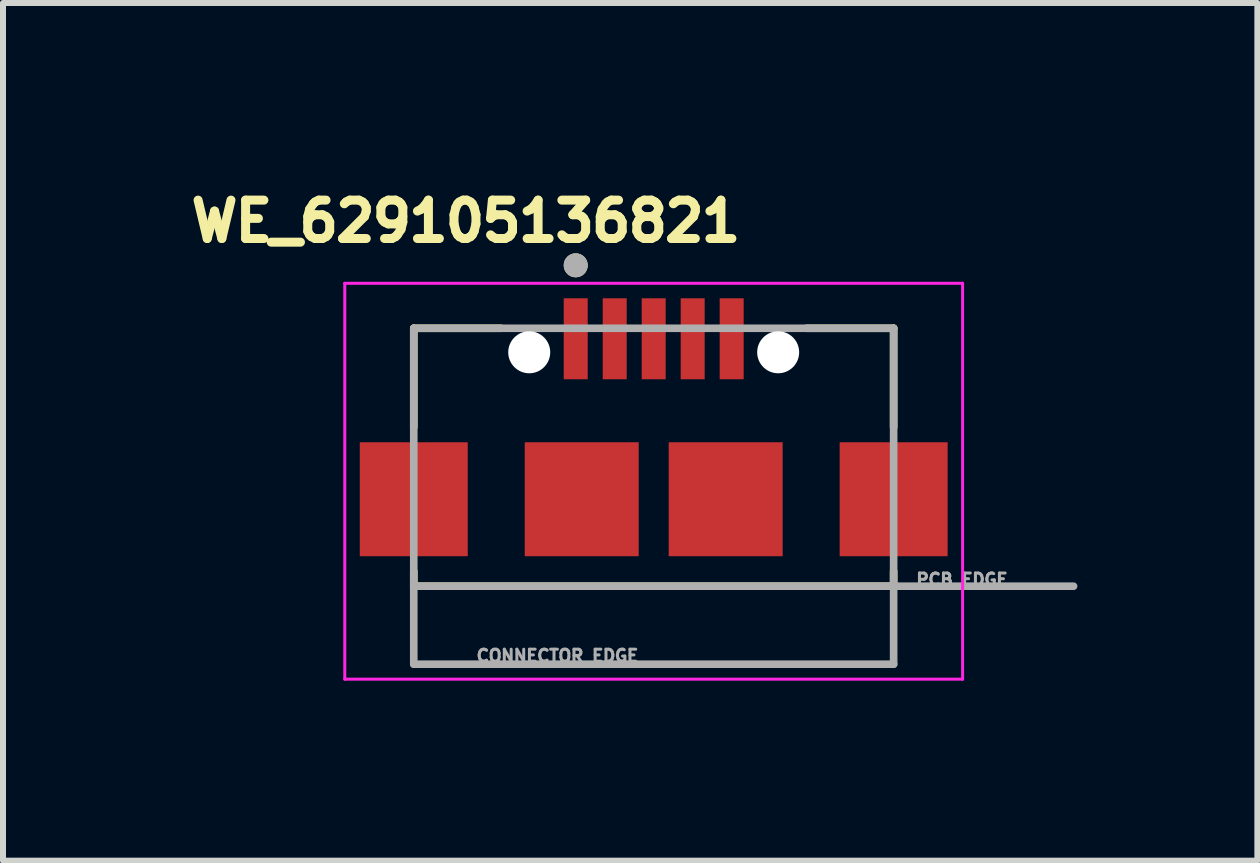
<source format=kicad_pcb>
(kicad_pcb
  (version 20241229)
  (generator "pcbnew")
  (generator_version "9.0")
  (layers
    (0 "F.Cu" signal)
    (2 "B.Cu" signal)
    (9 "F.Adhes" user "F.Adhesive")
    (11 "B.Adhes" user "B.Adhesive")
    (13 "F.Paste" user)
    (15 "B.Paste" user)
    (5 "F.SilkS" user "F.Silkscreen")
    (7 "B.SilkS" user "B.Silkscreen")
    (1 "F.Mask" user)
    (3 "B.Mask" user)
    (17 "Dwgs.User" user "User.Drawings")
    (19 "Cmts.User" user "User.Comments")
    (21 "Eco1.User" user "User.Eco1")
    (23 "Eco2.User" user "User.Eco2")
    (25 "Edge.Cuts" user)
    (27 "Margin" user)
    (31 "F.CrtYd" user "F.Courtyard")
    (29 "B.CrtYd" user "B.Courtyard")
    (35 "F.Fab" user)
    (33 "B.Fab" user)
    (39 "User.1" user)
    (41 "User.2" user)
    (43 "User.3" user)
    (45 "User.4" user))
  (footprint "WE_629105136821"
    (layer "F.Cu")
    (at 7.848 5.273)
    (property "Reference" "WE_629105136821" (at -3.131 -4.635 0) (layer "F.SilkS") (effects (font (size 0.64 0.64) (thickness 0.15))))
    (attr through_hole)
    (fp_line (start -4 -2.85) (end -4 -1.2) (stroke (width 0.127) (type solid)) (layer "F.SilkS"))
    (fp_line (start -4 -2.85) (end -2.55 -2.85) (stroke (width 0.127) (type solid)) (layer "F.SilkS"))
    (fp_line (start -4 1.2) (end -4 1.45) (stroke (width 0.127) (type solid)) (layer "F.SilkS"))
    (fp_line (start -4 1.45) (end 4 1.45) (stroke (width 0.127) (type solid)) (layer "F.SilkS"))
    (fp_line (start 4 -2.85) (end 2.55 -2.85) (stroke (width 0.127) (type solid)) (layer "F.SilkS"))
    (fp_line (start 4 -2.85) (end 4 -1.2) (stroke (width 0.127) (type solid)) (layer "F.SilkS"))
    (fp_line (start 4 1.2) (end 4 1.45) (stroke (width 0.127) (type solid)) (layer "F.SilkS"))
    (fp_circle (center -1.3 -3.9) (end -1.2 -3.9) (stroke (width 0.2) (type solid)) (fill no) (layer "F.SilkS"))
    (fp_line (start -5.15 -3.6) (end 5.15 -3.6) (stroke (width 0.05) (type solid)) (layer "F.CrtYd"))
    (fp_line (start -5.15 3) (end -5.15 -3.6) (stroke (width 0.05) (type solid)) (layer "F.CrtYd"))
    (fp_line (start 5.15 -3.6) (end 5.15 3) (stroke (width 0.05) (type solid)) (layer "F.CrtYd"))
    (fp_line (start 5.15 3) (end -5.15 3) (stroke (width 0.05) (type solid)) (layer "F.CrtYd"))
    (fp_line (start -4 -2.85) (end 4 -2.85) (stroke (width 0.127) (type solid)) (layer "F.Fab"))
    (fp_line (start -4 1.45) (end -4 -2.85) (stroke (width 0.127) (type solid)) (layer "F.Fab"))
    (fp_line (start -4 1.45) (end 7 1.45) (stroke (width 0.127) (type solid)) (layer "F.Fab"))
    (fp_line (start -4 2.75) (end -4 1.45) (stroke (width 0.127) (type solid)) (layer "F.Fab"))
    (fp_line (start 4 -2.85) (end 4 2.75) (stroke (width 0.127) (type solid)) (layer "F.Fab"))
    (fp_line (start 4 2.75) (end -4 2.75) (stroke (width 0.127) (type solid)) (layer "F.Fab"))
    (fp_circle (center -1.3 -3.9) (end -1.2 -3.9) (stroke (width 0.2) (type solid)) (fill no) (layer "F.Fab"))
    (fp_text user "PCB EDGE" (at 5.14 1.34 0) (layer "F.Fab") (effects (font (size 0.2 0.2) (thickness 0.15))))
    (fp_text user "CONNECTOR EDGE" (at -1.605 2.61 0) (layer "F.Fab") (effects (font (size 0.2 0.2) (thickness 0.15))))
    (pad "" np_thru_hole circle (at -2.075 -2.45) (size 0.7 0.7) (drill 0.7) (layers "*.Cu" "*.Mask"))
    (pad "" np_thru_hole circle (at 2.075 -2.45) (size 0.7 0.7) (drill 0.7) (layers "*.Cu" "*.Mask"))
    (pad "1" smd rect (at -1.3 -2.675) (size 0.4 1.35) (layers "F.Cu" "F.Mask" "F.Paste"))
    (pad "2" smd rect (at -0.65 -2.675) (size 0.4 1.35) (layers "F.Cu" "F.Mask" "F.Paste"))
    (pad "3" smd rect (at 0 -2.675) (size 0.4 1.35) (layers "F.Cu" "F.Mask" "F.Paste"))
    (pad "4" smd rect (at 0.65 -2.675) (size 0.4 1.35) (layers "F.Cu" "F.Mask" "F.Paste"))
    (pad "5" smd rect (at 1.3 -2.675) (size 0.4 1.35) (layers "F.Cu" "F.Mask" "F.Paste"))
    (pad "S1" smd rect (at -4 0) (size 1.8 1.9) (layers "F.Cu" "F.Mask" "F.Paste"))
    (pad "S2" smd rect (at -1.2 0) (size 1.9 1.9) (layers "F.Cu" "F.Mask" "F.Paste"))
    (pad "S3" smd rect (at 1.2 0) (size 1.9 1.9) (layers "F.Cu" "F.Mask" "F.Paste"))
    (pad "S4" smd rect (at 4 0) (size 1.8 1.9) (layers "F.Cu" "F.Mask" "F.Paste")))
  (gr_rect
    (start -3 -3)
    (end 17.912 11.298)
    (stroke (width 0.1) (type default))
    (fill no)
    (layer "Edge.Cuts")))
</source>
